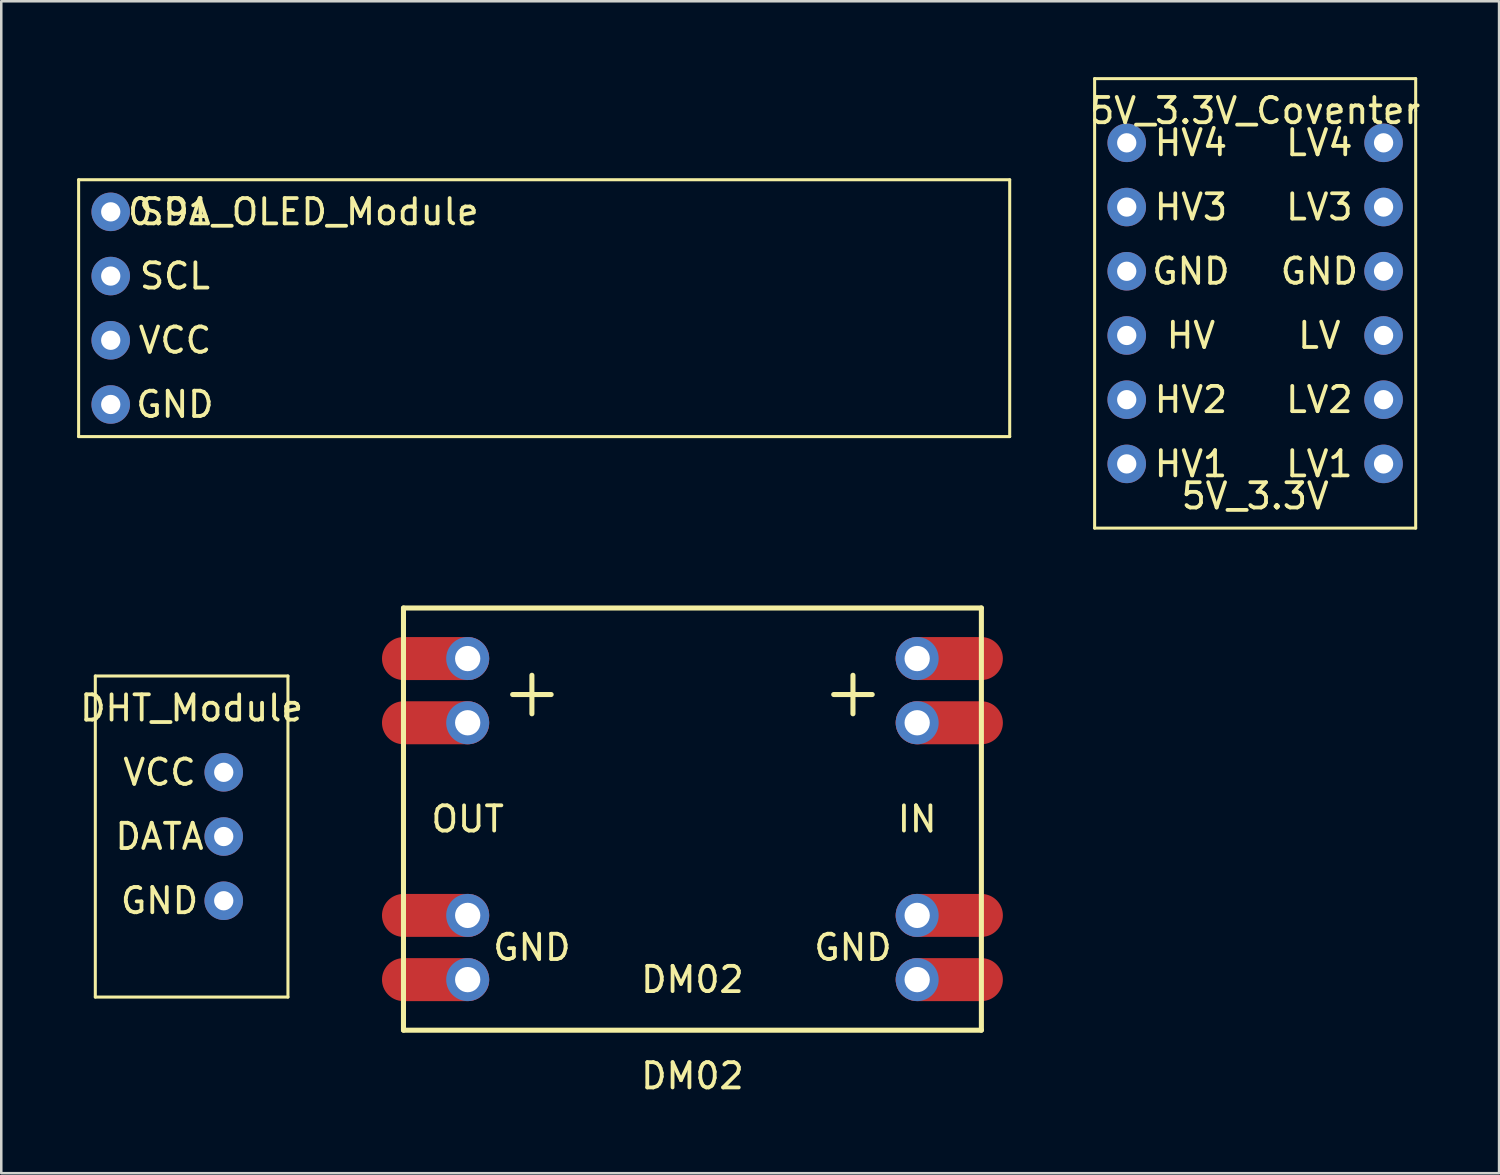
<source format=kicad_pcb>
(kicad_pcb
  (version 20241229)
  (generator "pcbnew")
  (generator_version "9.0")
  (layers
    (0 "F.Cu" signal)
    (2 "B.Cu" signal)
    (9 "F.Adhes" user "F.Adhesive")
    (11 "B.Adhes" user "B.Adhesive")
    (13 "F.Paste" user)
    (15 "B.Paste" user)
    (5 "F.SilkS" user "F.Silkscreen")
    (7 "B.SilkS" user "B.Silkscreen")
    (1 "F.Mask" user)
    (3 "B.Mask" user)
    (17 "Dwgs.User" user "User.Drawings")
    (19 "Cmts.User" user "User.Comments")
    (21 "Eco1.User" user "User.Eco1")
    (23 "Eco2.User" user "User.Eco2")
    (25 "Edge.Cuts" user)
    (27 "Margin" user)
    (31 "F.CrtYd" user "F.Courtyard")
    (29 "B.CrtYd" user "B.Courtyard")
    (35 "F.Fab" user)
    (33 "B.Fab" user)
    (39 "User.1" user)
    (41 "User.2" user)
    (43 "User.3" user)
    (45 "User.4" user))
  (footprint "DM02"
    (layer "F.Cu")
    (at 15.45 23)
    (property "Reference" "DM02" (at 8.89 16.51 0) (layer "F.SilkS") (effects (font (size 1 1) (thickness 0.15))))
    (attr through_hole)
    (fp_line (start -2.54 -2) (end -2.54 14.7) (stroke (width 0.2) (type solid)) (layer "F.SilkS"))
    (fp_line (start -2.54 14.7) (end 20.32 14.7) (stroke (width 0.2) (type solid)) (layer "F.SilkS"))
    (fp_line (start 20.32 -2) (end -2.54 -2) (stroke (width 0.2) (type solid)) (layer "F.SilkS"))
    (fp_line (start 20.32 14.7) (end 20.32 -2) (stroke (width 0.2) (type solid)) (layer "F.SilkS"))
    (fp_text user "DM02" (at 8.89 12.7 0) (layer "F.SilkS") (effects (font (size 1 1) (thickness 0.15))))
    (fp_text user "GND" (at 2.54 11.43 0) (layer "F.SilkS") (effects (font (size 1 1) (thickness 0.15))))
    (fp_text user "OUT" (at 0 6.35 0) (layer "F.SilkS") (effects (font (size 1 1) (thickness 0.15))))
    (fp_text user "GND" (at 15.24 11.43 0) (layer "F.SilkS") (effects (font (size 1 1) (thickness 0.15))))
    (fp_text user "+" (at 15.24 1.27 0) (layer "F.SilkS") (effects (font (size 2 2) (thickness 0.2))))
    (fp_text user "+" (at 2.54 1.27 0) (layer "F.SilkS") (effects (font (size 2 2) (thickness 0.2))))
    (fp_text user "IN" (at 17.78 6.35 0) (layer "F.SilkS") (effects (font (size 1 1) (thickness 0.15))))
    (pad "1" thru_hole circle (at 0 0) (size 1.7 1.7) (drill 1) (layers "*.Cu" "*.Mask"))
    (pad "1" connect oval (at 0 0) (size 4.24 1.7) (drill (offset -1.27 0)) (layers "F.Cu" "F.Mask"))
    (pad "1" thru_hole circle (at 0 2.54) (size 1.7 1.7) (drill 1) (layers "*.Cu" "*.Mask"))
    (pad "1" connect oval (at 0 2.54) (size 4.24 1.7) (drill (offset -1.27 0)) (layers "F.Cu" "F.Mask"))
    (pad "2" thru_hole circle (at 0 10.16) (size 1.7 1.7) (drill 1) (layers "*.Cu" "*.Mask"))
    (pad "2" connect oval (at 0 10.16) (size 4.24 1.7) (drill (offset -1.27 0)) (layers "F.Cu" "F.Mask"))
    (pad "2" thru_hole circle (at 0 12.7) (size 1.7 1.7) (drill 1) (layers "*.Cu" "*.Mask"))
    (pad "2" connect oval (at 0 12.7) (size 4.24 1.7) (drill (offset -1.27 0)) (layers "F.Cu" "F.Mask"))
    (pad "3" thru_hole circle (at 17.78 10.16 180) (size 1.7 1.7) (drill 1) (layers "*.Cu" "*.Mask"))
    (pad "3" connect oval (at 17.78 10.16 180) (size 4.24 1.7) (drill (offset -1.27 0)) (layers "F.Cu" "F.Mask"))
    (pad "3" thru_hole circle (at 17.78 12.7 180) (size 1.7 1.7) (drill 1) (layers "*.Cu" "*.Mask"))
    (pad "3" connect oval (at 17.78 12.7 180) (size 4.24 1.7) (drill (offset -1.27 0)) (layers "F.Cu" "F.Mask"))
    (pad "4" thru_hole circle (at 17.78 0 180) (size 1.7 1.7) (drill 1) (layers "*.Cu" "*.Mask"))
    (pad "4" connect oval (at 17.78 0 180) (size 4.24 1.7) (drill (offset -1.27 0)) (layers "F.Cu" "F.Mask"))
    (pad "4" thru_hole circle (at 17.78 2.54 180) (size 1.7 1.7) (drill 1) (layers "*.Cu" "*.Mask"))
    (pad "4" connect oval (at 17.78 2.54 180) (size 4.24 1.7) (drill (offset -1.27 0)) (layers "F.Cu" "F.Mask")))
  (footprint "DHT_Module"
    (layer "F.Cu")
    (at 7.07 21.15)
    (property "Reference" "DHT_Module" (at -2.54 3.81 0) (layer "F.SilkS") (effects (font (size 1 1) (thickness 0.15))))
    (attr through_hole)
    (fp_line (start -6.35 2.54) (end -6.35 15.24) (stroke (width 0.12) (type solid)) (layer "F.SilkS"))
    (fp_line (start -6.35 15.24) (end 1.27 15.24) (stroke (width 0.12) (type solid)) (layer "F.SilkS"))
    (fp_line (start 1.27 2.54) (end -6.35 2.54) (stroke (width 0.12) (type solid)) (layer "F.SilkS"))
    (fp_line (start 1.27 15.24) (end 1.27 2.54) (stroke (width 0.12) (type solid)) (layer "F.SilkS"))
    (fp_text user "GND" (at -3.81 11.43 0) (layer "F.SilkS") (effects (font (size 1 1) (thickness 0.15))))
    (fp_text user "VCC" (at -3.81 6.35 0) (layer "F.SilkS") (effects (font (size 1 1) (thickness 0.15))))
    (fp_text user "DATA" (at -3.81 8.89 0) (layer "F.SilkS") (effects (font (size 1 1) (thickness 0.15))))
    (pad "1" thru_hole circle (at -1.27 6.35) (size 1.524 1.524) (drill 0.762) (layers "*.Cu" "*.Mask"))
    (pad "2" thru_hole circle (at -1.27 8.89) (size 1.524 1.524) (drill 0.762) (layers "*.Cu" "*.Mask"))
    (pad "3" thru_hole circle (at -1.27 11.43) (size 1.524 1.524) (drill 0.762) (layers "*.Cu" "*.Mask")))
  (footprint "5V_3.3V_Coventer"
    (layer "F.Cu")
    (at 45.329 1.33)
    (property "Reference" "5V_3.3V_Coventer" (at 1.27 0 0) (layer "F.SilkS") (effects (font (size 1 1) (thickness 0.15))))
    (attr through_hole)
    (fp_line (start -5.08 -1.27) (end -5.08 0) (stroke (width 0.12) (type solid)) (layer "F.SilkS"))
    (fp_line (start -5.08 0) (end -5.08 16.51) (stroke (width 0.12) (type solid)) (layer "F.SilkS"))
    (fp_line (start -5.08 16.51) (end 7.62 16.51) (stroke (width 0.12) (type solid)) (layer "F.SilkS"))
    (fp_line (start 7.62 -1.27) (end -5.08 -1.27) (stroke (width 0.12) (type solid)) (layer "F.SilkS"))
    (fp_line (start 7.62 0) (end 7.62 -1.27) (stroke (width 0.12) (type solid)) (layer "F.SilkS"))
    (fp_line (start 7.62 16.51) (end 7.62 0) (stroke (width 0.12) (type solid)) (layer "F.SilkS"))
    (fp_text user "5V_3.3V" (at 1.27 15.24 0) (layer "F.SilkS") (effects (font (size 1 1) (thickness 0.15))))
    (fp_text user "GND" (at 3.81 6.35 0) (layer "F.SilkS") (effects (font (size 1 1) (thickness 0.15))))
    (fp_text user "LV1" (at 3.81 13.97 0) (layer "F.SilkS") (effects (font (size 1 1) (thickness 0.15))))
    (fp_text user "HV2" (at -1.27 11.43 0) (layer "F.SilkS") (effects (font (size 1 1) (thickness 0.15))))
    (fp_text user "GND" (at -1.27 6.35 0) (layer "F.SilkS") (effects (font (size 1 1) (thickness 0.15))))
    (fp_text user "LV3" (at 3.81 3.81 0) (layer "F.SilkS") (effects (font (size 1 1) (thickness 0.15))))
    (fp_text user "LV" (at 3.81 8.89 0) (layer "F.SilkS") (effects (font (size 1 1) (thickness 0.15))))
    (fp_text user "HV3" (at -1.27 3.81 0) (layer "F.SilkS") (effects (font (size 1 1) (thickness 0.15))))
    (fp_text user "HV1" (at -1.27 13.97 0) (layer "F.SilkS") (effects (font (size 1 1) (thickness 0.15))))
    (fp_text user "HV" (at -1.27 8.89 0) (layer "F.SilkS") (effects (font (size 1 1) (thickness 0.15))))
    (fp_text user "HV4" (at -1.27 1.27 0) (layer "F.SilkS") (effects (font (size 1 1) (thickness 0.15))))
    (fp_text user "LV2" (at 3.81 11.43 0) (layer "F.SilkS") (effects (font (size 1 1) (thickness 0.15))))
    (fp_text user "LV4" (at 3.81 1.27 0) (layer "F.SilkS") (effects (font (size 1 1) (thickness 0.15))))
    (pad "1" thru_hole circle (at -3.81 1.27) (size 1.524 1.524) (drill 0.762) (layers "*.Cu" "*.Mask"))
    (pad "2" thru_hole circle (at -3.81 3.81) (size 1.524 1.524) (drill 0.762) (layers "*.Cu" "*.Mask"))
    (pad "3" thru_hole circle (at -3.81 6.35) (size 1.524 1.524) (drill 0.762) (layers "*.Cu" "*.Mask"))
    (pad "4" thru_hole circle (at -3.81 8.89) (size 1.524 1.524) (drill 0.762) (layers "*.Cu" "*.Mask"))
    (pad "5" thru_hole circle (at -3.81 11.43) (size 1.524 1.524) (drill 0.762) (layers "*.Cu" "*.Mask"))
    (pad "6" thru_hole circle (at -3.81 13.97) (size 1.524 1.524) (drill 0.762) (layers "*.Cu" "*.Mask"))
    (pad "7" thru_hole circle (at 6.35 13.97) (size 1.524 1.524) (drill 0.762) (layers "*.Cu" "*.Mask"))
    (pad "8" thru_hole circle (at 6.35 11.43) (size 1.524 1.524) (drill 0.762) (layers "*.Cu" "*.Mask"))
    (pad "9" thru_hole circle (at 6.35 8.89) (size 1.524 1.524) (drill 0.762) (layers "*.Cu" "*.Mask"))
    (pad "10" thru_hole circle (at 6.35 6.35) (size 1.524 1.524) (drill 0.762) (layers "*.Cu" "*.Mask"))
    (pad "11" thru_hole circle (at 6.35 3.81) (size 1.524 1.524) (drill 0.762) (layers "*.Cu" "*.Mask"))
    (pad "12" thru_hole circle (at 6.35 1.27) (size 1.524 1.524) (drill 0.762) (layers "*.Cu" "*.Mask")))
  (footprint "0.91_OLED_Module"
    (layer "F.Cu")
    (at 2.6 0.25)
    (property "Reference" "0.91_OLED_Module" (at 6.35 5.08 0) (layer "F.SilkS") (effects (font (size 1 1) (thickness 0.15))))
    (attr through_hole)
    (fp_line (start -2.54 3.81) (end -2.54 13.97) (stroke (width 0.12) (type solid)) (layer "F.SilkS"))
    (fp_line (start -2.54 3.81) (end 34.29 3.81) (stroke (width 0.12) (type solid)) (layer "F.SilkS"))
    (fp_line (start -2.54 13.97) (end 34.29 13.97) (stroke (width 0.12) (type solid)) (layer "F.SilkS"))
    (fp_line (start 34.29 3.81) (end 34.29 13.97) (stroke (width 0.12) (type solid)) (layer "F.SilkS"))
    (fp_text user "GND" (at 1.27 12.7 0) (layer "F.SilkS") (effects (font (size 1 1) (thickness 0.15))))
    (fp_text user "SCL" (at 1.27 7.62 0) (layer "F.SilkS") (effects (font (size 1 1) (thickness 0.15))))
    (fp_text user "SDA" (at 1.27 5.08 0) (layer "F.SilkS") (effects (font (size 1 1) (thickness 0.15))))
    (fp_text user "VCC" (at 1.27 10.16 0) (layer "F.SilkS") (effects (font (size 1 1) (thickness 0.15))))
    (pad "1" thru_hole circle (at -1.27 5.08) (size 1.524 1.524) (drill 0.762) (layers "*.Cu" "*.Mask"))
    (pad "2" thru_hole circle (at -1.27 7.62) (size 1.524 1.524) (drill 0.762) (layers "*.Cu" "*.Mask"))
    (pad "3" thru_hole circle (at -1.27 10.16) (size 1.524 1.524) (drill 0.762) (layers "*.Cu" "*.Mask"))
    (pad "4" thru_hole circle (at -1.27 12.7) (size 1.524 1.524) (drill 0.762) (layers "*.Cu" "*.Mask")))
  (gr_rect
    (start -3 -3)
    (end 56.248 43.358)
    (stroke (width 0.1) (type default))
    (fill no)
    (layer "Edge.Cuts")))
</source>
